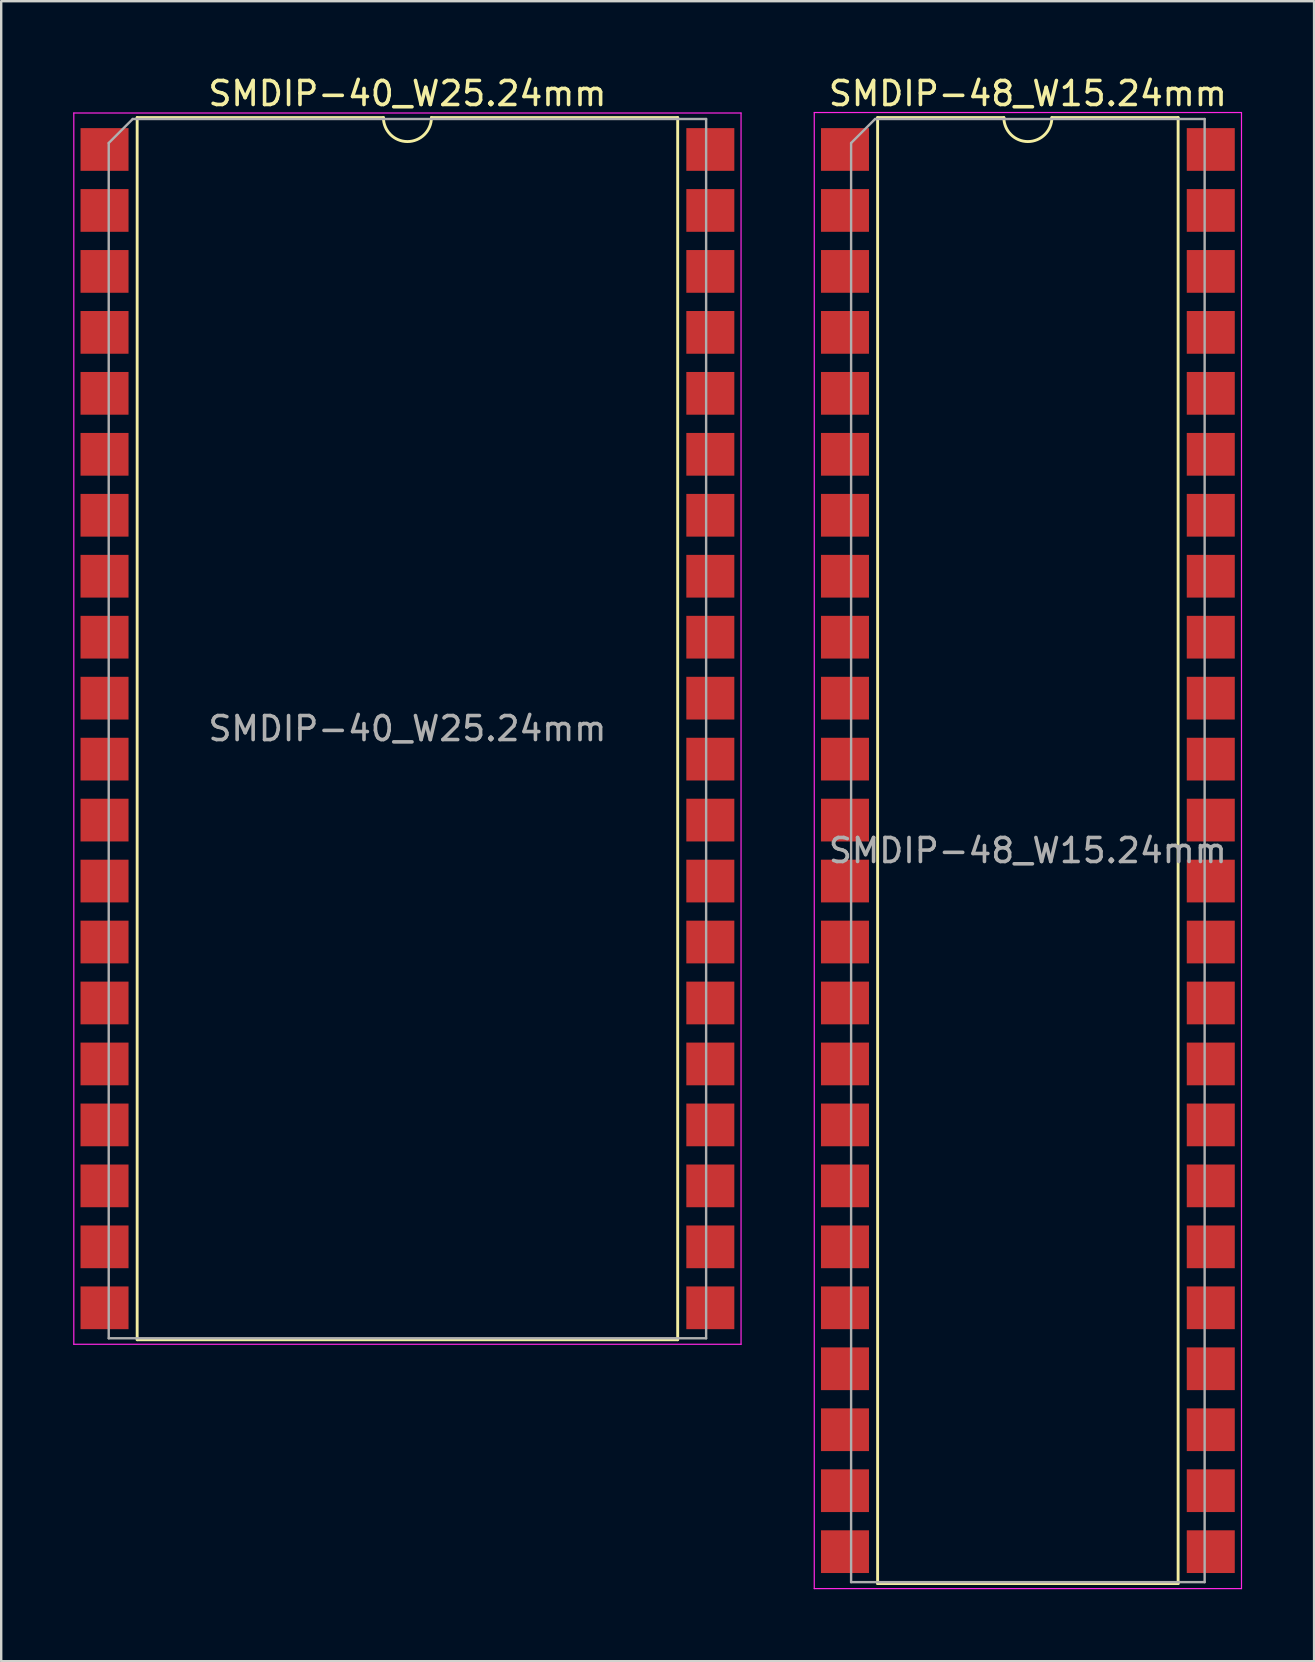
<source format=kicad_pcb>
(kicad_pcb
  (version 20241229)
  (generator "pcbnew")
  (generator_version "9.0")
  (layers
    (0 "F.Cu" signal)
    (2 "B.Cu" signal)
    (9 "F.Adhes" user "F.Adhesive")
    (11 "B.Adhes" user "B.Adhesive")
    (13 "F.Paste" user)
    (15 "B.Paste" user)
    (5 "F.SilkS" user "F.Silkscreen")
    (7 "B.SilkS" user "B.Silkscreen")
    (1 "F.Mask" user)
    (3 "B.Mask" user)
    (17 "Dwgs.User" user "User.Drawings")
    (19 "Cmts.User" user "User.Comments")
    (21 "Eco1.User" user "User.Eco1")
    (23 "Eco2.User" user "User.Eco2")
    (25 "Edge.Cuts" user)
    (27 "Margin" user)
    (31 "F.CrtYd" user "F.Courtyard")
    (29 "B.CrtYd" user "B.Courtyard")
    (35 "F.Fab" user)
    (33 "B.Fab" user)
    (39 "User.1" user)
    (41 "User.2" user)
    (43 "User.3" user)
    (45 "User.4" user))
  (footprint "SMDIP-48_W15.24mm"
    (layer "F.Cu")
    (at 39.775 32.388)
    (property "Reference" "SMDIP-48_W15.24mm" (at 0 -31.54 0) (layer "F.SilkS") (effects (font (size 1 1) (thickness 0.15))))
    (attr smd)
    (fp_line (start -6.26 -30.54) (end -6.26 30.54) (stroke (width 0.12) (type solid)) (layer "F.SilkS"))
    (fp_line (start -6.26 30.54) (end 6.26 30.54) (stroke (width 0.12) (type solid)) (layer "F.SilkS"))
    (fp_line (start -1 -30.54) (end -6.26 -30.54) (stroke (width 0.12) (type solid)) (layer "F.SilkS"))
    (fp_line (start 6.26 -30.54) (end 1 -30.54) (stroke (width 0.12) (type solid)) (layer "F.SilkS"))
    (fp_line (start 6.26 30.54) (end 6.26 -30.54) (stroke (width 0.12) (type solid)) (layer "F.SilkS"))
    (fp_arc (start 1 -30.54) (mid 0 -29.54) (end -1 -30.54) (stroke (width 0.12) (type solid)) (layer "F.SilkS"))
    (fp_line (start -8.9 -30.75) (end -8.9 30.75) (stroke (width 0.05) (type solid)) (layer "F.CrtYd"))
    (fp_line (start -8.9 30.75) (end 8.9 30.75) (stroke (width 0.05) (type solid)) (layer "F.CrtYd"))
    (fp_line (start 8.9 -30.75) (end -8.9 -30.75) (stroke (width 0.05) (type solid)) (layer "F.CrtYd"))
    (fp_line (start 8.9 30.75) (end 8.9 -30.75) (stroke (width 0.05) (type solid)) (layer "F.CrtYd"))
    (fp_line (start -7.365 -29.48) (end -6.365 -30.48) (stroke (width 0.1) (type solid)) (layer "F.Fab"))
    (fp_line (start -7.365 30.48) (end -7.365 -29.48) (stroke (width 0.1) (type solid)) (layer "F.Fab"))
    (fp_line (start -6.365 -30.48) (end 7.365 -30.48) (stroke (width 0.1) (type solid)) (layer "F.Fab"))
    (fp_line (start 7.365 -30.48) (end 7.365 30.48) (stroke (width 0.1) (type solid)) (layer "F.Fab"))
    (fp_line (start 7.365 30.48) (end -7.365 30.48) (stroke (width 0.1) (type solid)) (layer "F.Fab"))
    (fp_text user "${REFERENCE}" (at 0 0 0) (layer "F.Fab") (effects (font (size 1 1) (thickness 0.15))))
    (pad "1" smd rect (at -7.62 -29.21) (size 2 1.78) (layers "F.Cu" "F.Mask" "F.Paste"))
    (pad "2" smd rect (at -7.62 -26.67) (size 2 1.78) (layers "F.Cu" "F.Mask" "F.Paste"))
    (pad "3" smd rect (at -7.62 -24.13) (size 2 1.78) (layers "F.Cu" "F.Mask" "F.Paste"))
    (pad "4" smd rect (at -7.62 -21.59) (size 2 1.78) (layers "F.Cu" "F.Mask" "F.Paste"))
    (pad "5" smd rect (at -7.62 -19.05) (size 2 1.78) (layers "F.Cu" "F.Mask" "F.Paste"))
    (pad "6" smd rect (at -7.62 -16.51) (size 2 1.78) (layers "F.Cu" "F.Mask" "F.Paste"))
    (pad "7" smd rect (at -7.62 -13.97) (size 2 1.78) (layers "F.Cu" "F.Mask" "F.Paste"))
    (pad "8" smd rect (at -7.62 -11.43) (size 2 1.78) (layers "F.Cu" "F.Mask" "F.Paste"))
    (pad "9" smd rect (at -7.62 -8.89) (size 2 1.78) (layers "F.Cu" "F.Mask" "F.Paste"))
    (pad "10" smd rect (at -7.62 -6.35) (size 2 1.78) (layers "F.Cu" "F.Mask" "F.Paste"))
    (pad "11" smd rect (at -7.62 -3.81) (size 2 1.78) (layers "F.Cu" "F.Mask" "F.Paste"))
    (pad "12" smd rect (at -7.62 -1.27) (size 2 1.78) (layers "F.Cu" "F.Mask" "F.Paste"))
    (pad "13" smd rect (at -7.62 1.27) (size 2 1.78) (layers "F.Cu" "F.Mask" "F.Paste"))
    (pad "14" smd rect (at -7.62 3.81) (size 2 1.78) (layers "F.Cu" "F.Mask" "F.Paste"))
    (pad "15" smd rect (at -7.62 6.35) (size 2 1.78) (layers "F.Cu" "F.Mask" "F.Paste"))
    (pad "16" smd rect (at -7.62 8.89) (size 2 1.78) (layers "F.Cu" "F.Mask" "F.Paste"))
    (pad "17" smd rect (at -7.62 11.43) (size 2 1.78) (layers "F.Cu" "F.Mask" "F.Paste"))
    (pad "18" smd rect (at -7.62 13.97) (size 2 1.78) (layers "F.Cu" "F.Mask" "F.Paste"))
    (pad "19" smd rect (at -7.62 16.51) (size 2 1.78) (layers "F.Cu" "F.Mask" "F.Paste"))
    (pad "20" smd rect (at -7.62 19.05) (size 2 1.78) (layers "F.Cu" "F.Mask" "F.Paste"))
    (pad "21" smd rect (at -7.62 21.59) (size 2 1.78) (layers "F.Cu" "F.Mask" "F.Paste"))
    (pad "22" smd rect (at -7.62 24.13) (size 2 1.78) (layers "F.Cu" "F.Mask" "F.Paste"))
    (pad "23" smd rect (at -7.62 26.67) (size 2 1.78) (layers "F.Cu" "F.Mask" "F.Paste"))
    (pad "24" smd rect (at -7.62 29.21) (size 2 1.78) (layers "F.Cu" "F.Mask" "F.Paste"))
    (pad "25" smd rect (at 7.62 29.21) (size 2 1.78) (layers "F.Cu" "F.Mask" "F.Paste"))
    (pad "26" smd rect (at 7.62 26.67) (size 2 1.78) (layers "F.Cu" "F.Mask" "F.Paste"))
    (pad "27" smd rect (at 7.62 24.13) (size 2 1.78) (layers "F.Cu" "F.Mask" "F.Paste"))
    (pad "28" smd rect (at 7.62 21.59) (size 2 1.78) (layers "F.Cu" "F.Mask" "F.Paste"))
    (pad "29" smd rect (at 7.62 19.05) (size 2 1.78) (layers "F.Cu" "F.Mask" "F.Paste"))
    (pad "30" smd rect (at 7.62 16.51) (size 2 1.78) (layers "F.Cu" "F.Mask" "F.Paste"))
    (pad "31" smd rect (at 7.62 13.97) (size 2 1.78) (layers "F.Cu" "F.Mask" "F.Paste"))
    (pad "32" smd rect (at 7.62 11.43) (size 2 1.78) (layers "F.Cu" "F.Mask" "F.Paste"))
    (pad "33" smd rect (at 7.62 8.89) (size 2 1.78) (layers "F.Cu" "F.Mask" "F.Paste"))
    (pad "34" smd rect (at 7.62 6.35) (size 2 1.78) (layers "F.Cu" "F.Mask" "F.Paste"))
    (pad "35" smd rect (at 7.62 3.81) (size 2 1.78) (layers "F.Cu" "F.Mask" "F.Paste"))
    (pad "36" smd rect (at 7.62 1.27) (size 2 1.78) (layers "F.Cu" "F.Mask" "F.Paste"))
    (pad "37" smd rect (at 7.62 -1.27) (size 2 1.78) (layers "F.Cu" "F.Mask" "F.Paste"))
    (pad "38" smd rect (at 7.62 -3.81) (size 2 1.78) (layers "F.Cu" "F.Mask" "F.Paste"))
    (pad "39" smd rect (at 7.62 -6.35) (size 2 1.78) (layers "F.Cu" "F.Mask" "F.Paste"))
    (pad "40" smd rect (at 7.62 -8.89) (size 2 1.78) (layers "F.Cu" "F.Mask" "F.Paste"))
    (pad "41" smd rect (at 7.62 -11.43) (size 2 1.78) (layers "F.Cu" "F.Mask" "F.Paste"))
    (pad "42" smd rect (at 7.62 -13.97) (size 2 1.78) (layers "F.Cu" "F.Mask" "F.Paste"))
    (pad "43" smd rect (at 7.62 -16.51) (size 2 1.78) (layers "F.Cu" "F.Mask" "F.Paste"))
    (pad "44" smd rect (at 7.62 -19.05) (size 2 1.78) (layers "F.Cu" "F.Mask" "F.Paste"))
    (pad "45" smd rect (at 7.62 -21.59) (size 2 1.78) (layers "F.Cu" "F.Mask" "F.Paste"))
    (pad "46" smd rect (at 7.62 -24.13) (size 2 1.78) (layers "F.Cu" "F.Mask" "F.Paste"))
    (pad "47" smd rect (at 7.62 -26.67) (size 2 1.78) (layers "F.Cu" "F.Mask" "F.Paste"))
    (pad "48" smd rect (at 7.62 -29.21) (size 2 1.78) (layers "F.Cu" "F.Mask" "F.Paste")))
  (footprint "SMDIP-40_W25.24mm"
    (layer "F.Cu")
    (at 13.925 27.308)
    (property "Reference" "SMDIP-40_W25.24mm" (at 0 -26.46 0) (layer "F.SilkS") (effects (font (size 1 1) (thickness 0.15))))
    (attr smd)
    (fp_line (start -11.26 -25.46) (end -11.26 25.46) (stroke (width 0.12) (type solid)) (layer "F.SilkS"))
    (fp_line (start -11.26 25.46) (end 11.26 25.46) (stroke (width 0.12) (type solid)) (layer "F.SilkS"))
    (fp_line (start -1 -25.46) (end -11.26 -25.46) (stroke (width 0.12) (type solid)) (layer "F.SilkS"))
    (fp_line (start 11.26 -25.46) (end 1 -25.46) (stroke (width 0.12) (type solid)) (layer "F.SilkS"))
    (fp_line (start 11.26 25.46) (end 11.26 -25.46) (stroke (width 0.12) (type solid)) (layer "F.SilkS"))
    (fp_arc (start 1 -25.46) (mid 0 -24.46) (end -1 -25.46) (stroke (width 0.12) (type solid)) (layer "F.SilkS"))
    (fp_line (start -13.9 -25.65) (end -13.9 25.65) (stroke (width 0.05) (type solid)) (layer "F.CrtYd"))
    (fp_line (start -13.9 25.65) (end 13.9 25.65) (stroke (width 0.05) (type solid)) (layer "F.CrtYd"))
    (fp_line (start 13.9 -25.65) (end -13.9 -25.65) (stroke (width 0.05) (type solid)) (layer "F.CrtYd"))
    (fp_line (start 13.9 25.65) (end 13.9 -25.65) (stroke (width 0.05) (type solid)) (layer "F.CrtYd"))
    (fp_line (start -12.445 -24.4) (end -11.445 -25.4) (stroke (width 0.1) (type solid)) (layer "F.Fab"))
    (fp_line (start -12.445 25.4) (end -12.445 -24.4) (stroke (width 0.1) (type solid)) (layer "F.Fab"))
    (fp_line (start -11.445 -25.4) (end 12.445 -25.4) (stroke (width 0.1) (type solid)) (layer "F.Fab"))
    (fp_line (start 12.445 -25.4) (end 12.445 25.4) (stroke (width 0.1) (type solid)) (layer "F.Fab"))
    (fp_line (start 12.445 25.4) (end -12.445 25.4) (stroke (width 0.1) (type solid)) (layer "F.Fab"))
    (fp_text user "${REFERENCE}" (at 0 0 0) (layer "F.Fab") (effects (font (size 1 1) (thickness 0.15))))
    (pad "1" smd rect (at -12.62 -24.13) (size 2 1.78) (layers "F.Cu" "F.Mask" "F.Paste"))
    (pad "2" smd rect (at -12.62 -21.59) (size 2 1.78) (layers "F.Cu" "F.Mask" "F.Paste"))
    (pad "3" smd rect (at -12.62 -19.05) (size 2 1.78) (layers "F.Cu" "F.Mask" "F.Paste"))
    (pad "4" smd rect (at -12.62 -16.51) (size 2 1.78) (layers "F.Cu" "F.Mask" "F.Paste"))
    (pad "5" smd rect (at -12.62 -13.97) (size 2 1.78) (layers "F.Cu" "F.Mask" "F.Paste"))
    (pad "6" smd rect (at -12.62 -11.43) (size 2 1.78) (layers "F.Cu" "F.Mask" "F.Paste"))
    (pad "7" smd rect (at -12.62 -8.89) (size 2 1.78) (layers "F.Cu" "F.Mask" "F.Paste"))
    (pad "8" smd rect (at -12.62 -6.35) (size 2 1.78) (layers "F.Cu" "F.Mask" "F.Paste"))
    (pad "9" smd rect (at -12.62 -3.81) (size 2 1.78) (layers "F.Cu" "F.Mask" "F.Paste"))
    (pad "10" smd rect (at -12.62 -1.27) (size 2 1.78) (layers "F.Cu" "F.Mask" "F.Paste"))
    (pad "11" smd rect (at -12.62 1.27) (size 2 1.78) (layers "F.Cu" "F.Mask" "F.Paste"))
    (pad "12" smd rect (at -12.62 3.81) (size 2 1.78) (layers "F.Cu" "F.Mask" "F.Paste"))
    (pad "13" smd rect (at -12.62 6.35) (size 2 1.78) (layers "F.Cu" "F.Mask" "F.Paste"))
    (pad "14" smd rect (at -12.62 8.89) (size 2 1.78) (layers "F.Cu" "F.Mask" "F.Paste"))
    (pad "15" smd rect (at -12.62 11.43) (size 2 1.78) (layers "F.Cu" "F.Mask" "F.Paste"))
    (pad "16" smd rect (at -12.62 13.97) (size 2 1.78) (layers "F.Cu" "F.Mask" "F.Paste"))
    (pad "17" smd rect (at -12.62 16.51) (size 2 1.78) (layers "F.Cu" "F.Mask" "F.Paste"))
    (pad "18" smd rect (at -12.62 19.05) (size 2 1.78) (layers "F.Cu" "F.Mask" "F.Paste"))
    (pad "19" smd rect (at -12.62 21.59) (size 2 1.78) (layers "F.Cu" "F.Mask" "F.Paste"))
    (pad "20" smd rect (at -12.62 24.13) (size 2 1.78) (layers "F.Cu" "F.Mask" "F.Paste"))
    (pad "21" smd rect (at 12.62 24.13) (size 2 1.78) (layers "F.Cu" "F.Mask" "F.Paste"))
    (pad "22" smd rect (at 12.62 21.59) (size 2 1.78) (layers "F.Cu" "F.Mask" "F.Paste"))
    (pad "23" smd rect (at 12.62 19.05) (size 2 1.78) (layers "F.Cu" "F.Mask" "F.Paste"))
    (pad "24" smd rect (at 12.62 16.51) (size 2 1.78) (layers "F.Cu" "F.Mask" "F.Paste"))
    (pad "25" smd rect (at 12.62 13.97) (size 2 1.78) (layers "F.Cu" "F.Mask" "F.Paste"))
    (pad "26" smd rect (at 12.62 11.43) (size 2 1.78) (layers "F.Cu" "F.Mask" "F.Paste"))
    (pad "27" smd rect (at 12.62 8.89) (size 2 1.78) (layers "F.Cu" "F.Mask" "F.Paste"))
    (pad "28" smd rect (at 12.62 6.35) (size 2 1.78) (layers "F.Cu" "F.Mask" "F.Paste"))
    (pad "29" smd rect (at 12.62 3.81) (size 2 1.78) (layers "F.Cu" "F.Mask" "F.Paste"))
    (pad "30" smd rect (at 12.62 1.27) (size 2 1.78) (layers "F.Cu" "F.Mask" "F.Paste"))
    (pad "31" smd rect (at 12.62 -1.27) (size 2 1.78) (layers "F.Cu" "F.Mask" "F.Paste"))
    (pad "32" smd rect (at 12.62 -3.81) (size 2 1.78) (layers "F.Cu" "F.Mask" "F.Paste"))
    (pad "33" smd rect (at 12.62 -6.35) (size 2 1.78) (layers "F.Cu" "F.Mask" "F.Paste"))
    (pad "34" smd rect (at 12.62 -8.89) (size 2 1.78) (layers "F.Cu" "F.Mask" "F.Paste"))
    (pad "35" smd rect (at 12.62 -11.43) (size 2 1.78) (layers "F.Cu" "F.Mask" "F.Paste"))
    (pad "36" smd rect (at 12.62 -13.97) (size 2 1.78) (layers "F.Cu" "F.Mask" "F.Paste"))
    (pad "37" smd rect (at 12.62 -16.51) (size 2 1.78) (layers "F.Cu" "F.Mask" "F.Paste"))
    (pad "38" smd rect (at 12.62 -19.05) (size 2 1.78) (layers "F.Cu" "F.Mask" "F.Paste"))
    (pad "39" smd rect (at 12.62 -21.59) (size 2 1.78) (layers "F.Cu" "F.Mask" "F.Paste"))
    (pad "40" smd rect (at 12.62 -24.13) (size 2 1.78) (layers "F.Cu" "F.Mask" "F.Paste")))
  (gr_rect
    (start -3 -3)
    (end 51.7 66.163)
    (stroke (width 0.1) (type default))
    (fill no)
    (layer "Edge.Cuts")))
</source>
